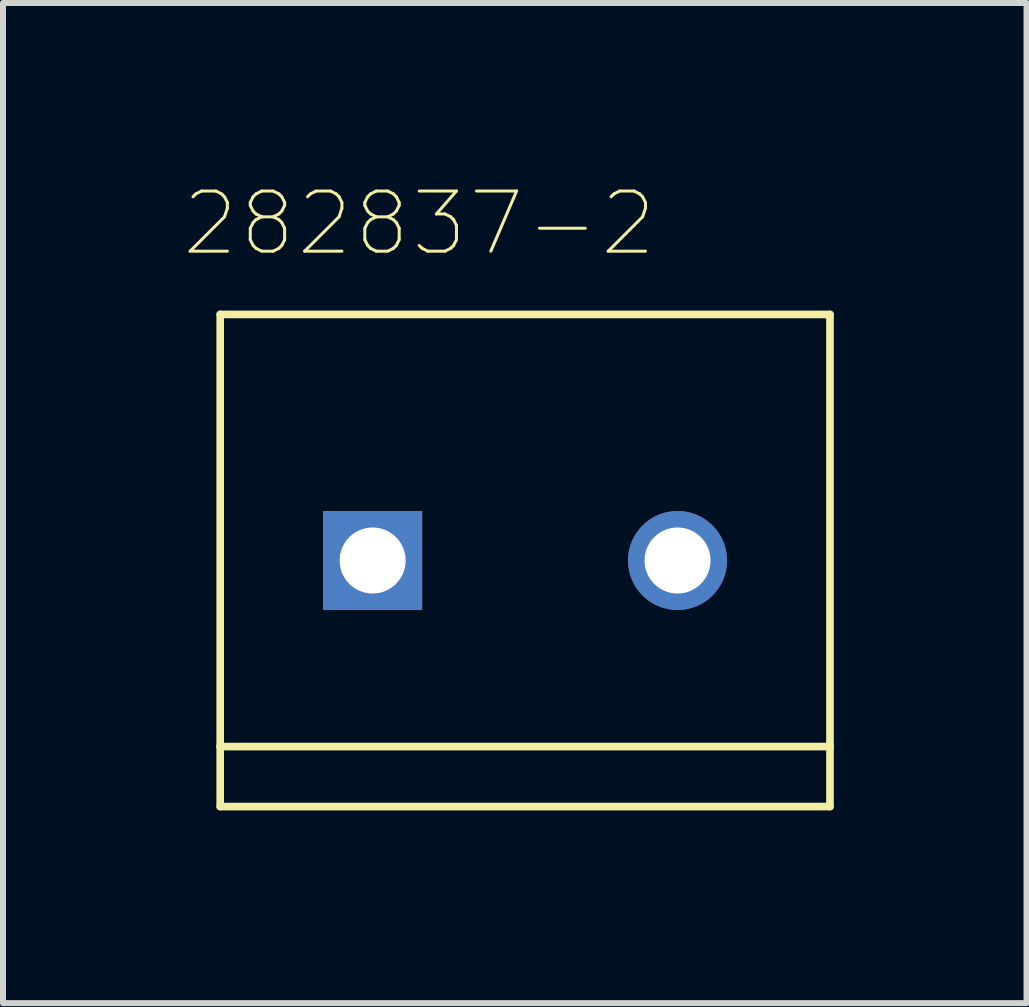
<source format=kicad_pcb>
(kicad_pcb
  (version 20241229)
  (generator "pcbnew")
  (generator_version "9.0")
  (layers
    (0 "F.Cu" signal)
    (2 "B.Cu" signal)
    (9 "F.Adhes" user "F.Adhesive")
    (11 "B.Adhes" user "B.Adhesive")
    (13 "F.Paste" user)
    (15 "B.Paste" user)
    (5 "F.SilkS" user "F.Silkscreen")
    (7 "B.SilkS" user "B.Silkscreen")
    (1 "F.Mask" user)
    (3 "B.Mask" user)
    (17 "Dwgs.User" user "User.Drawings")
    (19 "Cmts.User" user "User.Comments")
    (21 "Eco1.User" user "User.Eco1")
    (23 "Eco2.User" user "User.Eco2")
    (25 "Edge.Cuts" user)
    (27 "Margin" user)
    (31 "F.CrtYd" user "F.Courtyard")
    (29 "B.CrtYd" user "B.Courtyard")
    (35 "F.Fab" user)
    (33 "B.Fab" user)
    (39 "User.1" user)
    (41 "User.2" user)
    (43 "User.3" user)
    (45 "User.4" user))
  (footprint "282837-2"
    (layer "F.Cu")
    (at 5.699 6.289)
    (property "Reference" "282837-2" (at -1.764 -5.615 0) (layer "F.SilkS") (effects (font (size 1.002 1.002) (thickness 0.05))))
    (attr through_hole)
    (fp_line (start -5.08 -4.1) (end 5.08 -4.1) (stroke (width 0.127) (type solid)) (layer "F.SilkS"))
    (fp_line (start -5.08 3.1) (end -5.08 -4.1) (stroke (width 0.127) (type solid)) (layer "F.SilkS"))
    (fp_line (start -5.08 3.1) (end 5.08 3.1) (stroke (width 0.127) (type solid)) (layer "F.SilkS"))
    (fp_line (start -5.08 4.1) (end -5.08 3.1) (stroke (width 0.127) (type solid)) (layer "F.SilkS"))
    (fp_line (start 5.08 -4.1) (end 5.08 3.1) (stroke (width 0.127) (type solid)) (layer "F.SilkS"))
    (fp_line (start 5.08 3.1) (end 5.08 4.1) (stroke (width 0.127) (type solid)) (layer "F.SilkS"))
    (fp_line (start 5.08 4.1) (end -5.08 4.1) (stroke (width 0.127) (type solid)) (layer "F.SilkS"))
    (fp_line (start -5.33 -4.35) (end 5.33 -4.35) (stroke (width 0.05) (type solid)) (layer "Eco1.User"))
    (fp_line (start -5.33 4.35) (end -5.33 -4.35) (stroke (width 0.05) (type solid)) (layer "Eco1.User"))
    (fp_line (start 5.33 -4.35) (end 5.33 4.35) (stroke (width 0.05) (type solid)) (layer "Eco1.User"))
    (fp_line (start 5.33 4.35) (end -5.33 4.35) (stroke (width 0.05) (type solid)) (layer "Eco1.User"))
    (fp_line (start -5.08 -4.1) (end 5.08 -4.1) (stroke (width 0.127) (type solid)) (layer "Eco2.User"))
    (fp_line (start -5.08 4.1) (end -5.08 -4.1) (stroke (width 0.127) (type solid)) (layer "Eco2.User"))
    (fp_line (start 5.08 -4.1) (end 5.08 4.1) (stroke (width 0.127) (type solid)) (layer "Eco2.User"))
    (fp_line (start 5.08 4.1) (end -5.08 4.1) (stroke (width 0.127) (type solid)) (layer "Eco2.User"))
    (fp_circle (center -2.54 1.27) (end -2.44 1.27) (stroke (width 0.2) (type solid)) (fill no) (layer "Eco2.User"))
    (pad "1" thru_hole rect (at -2.54 0) (size 1.65 1.65) (drill 1.1) (layers "*.Cu" "*.Mask"))
    (pad "2" thru_hole circle (at 2.54 0) (size 1.65 1.65) (drill 1.1) (layers "*.Cu" "*.Mask")))
  (gr_rect
    (start -3 -3)
    (end 14.054 13.664)
    (stroke (width 0.1) (type default))
    (fill no)
    (layer "Edge.Cuts")))
</source>
